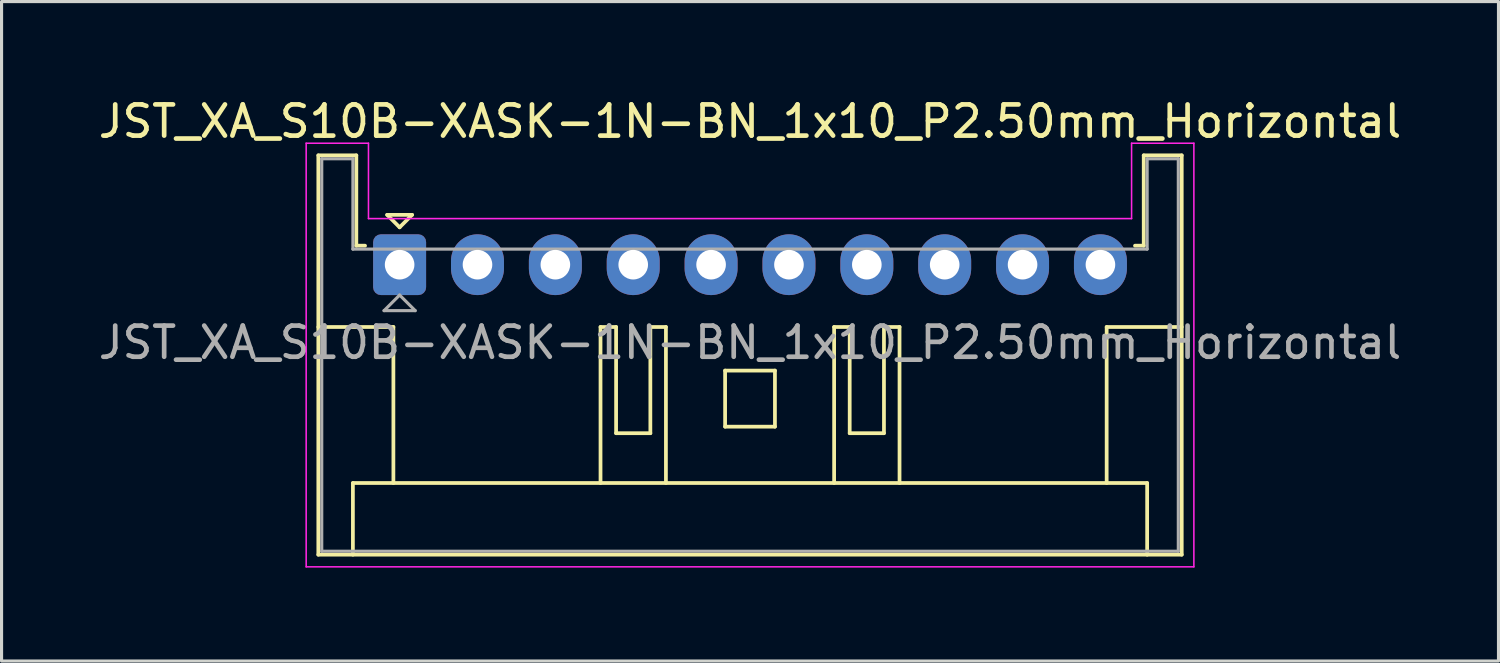
<source format=kicad_pcb>
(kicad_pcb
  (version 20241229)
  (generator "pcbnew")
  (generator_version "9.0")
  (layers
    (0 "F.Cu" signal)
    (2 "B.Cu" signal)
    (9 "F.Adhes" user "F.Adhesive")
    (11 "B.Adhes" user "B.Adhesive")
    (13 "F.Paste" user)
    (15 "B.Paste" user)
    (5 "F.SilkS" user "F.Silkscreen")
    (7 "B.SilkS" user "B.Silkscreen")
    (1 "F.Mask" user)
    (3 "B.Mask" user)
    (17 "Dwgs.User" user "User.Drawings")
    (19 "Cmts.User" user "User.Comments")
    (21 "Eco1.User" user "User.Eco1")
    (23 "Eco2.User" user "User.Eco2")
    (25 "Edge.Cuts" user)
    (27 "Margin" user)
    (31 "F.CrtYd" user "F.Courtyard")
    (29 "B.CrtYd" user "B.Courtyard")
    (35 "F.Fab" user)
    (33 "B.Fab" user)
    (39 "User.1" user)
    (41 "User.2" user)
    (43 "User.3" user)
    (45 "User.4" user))
  (footprint "JST_XA_S10B-XASK-1N-BN_1x10_P2.50mm_Horizontal"
    (layer "F.Cu")
    (at 9.78 5.448)
    (property "Reference" "JST_XA_S10B-XASK-1N-BN_1x10_P2.50mm_Horizontal" (at 11.25 -4.6 0) (layer "F.SilkS") (effects (font (size 1 1) (thickness 0.15))))
    (attr through_hole)
    (fp_line (start -2.61 -3.51) (end -2.61 9.31) (stroke (width 0.12) (type solid)) (layer "F.SilkS"))
    (fp_line (start -2.61 9.31) (end 25.11 9.31) (stroke (width 0.12) (type solid)) (layer "F.SilkS"))
    (fp_line (start -1.5 7.01) (end 24 7.01) (stroke (width 0.12) (type solid)) (layer "F.SilkS"))
    (fp_line (start -1.5 9.31) (end -1.5 7.01) (stroke (width 0.12) (type solid)) (layer "F.SilkS"))
    (fp_line (start -1.39 -3.51) (end -2.61 -3.51) (stroke (width 0.12) (type solid)) (layer "F.SilkS"))
    (fp_line (start -1.39 -0.61) (end -1.39 -3.51) (stroke (width 0.12) (type solid)) (layer "F.SilkS"))
    (fp_line (start -1.11 -0.61) (end -1.39 -0.61) (stroke (width 0.12) (type solid)) (layer "F.SilkS"))
    (fp_line (start -0.4 -1.6) (end 0.4 -1.6) (stroke (width 0.12) (type solid)) (layer "F.SilkS"))
    (fp_line (start -0.2 2) (end -2.61 2) (stroke (width 0.12) (type solid)) (layer "F.SilkS"))
    (fp_line (start -0.2 7.01) (end -0.2 2) (stroke (width 0.12) (type solid)) (layer "F.SilkS"))
    (fp_line (start 0 -1.2) (end -0.4 -1.6) (stroke (width 0.12) (type solid)) (layer "F.SilkS"))
    (fp_line (start 0.4 -1.6) (end 0 -1.2) (stroke (width 0.12) (type solid)) (layer "F.SilkS"))
    (fp_line (start 6.45 2) (end 6.45 7.01) (stroke (width 0.12) (type solid)) (layer "F.SilkS"))
    (fp_line (start 6.95 2) (end 6.45 2) (stroke (width 0.12) (type solid)) (layer "F.SilkS"))
    (fp_line (start 6.95 5.41) (end 6.95 2) (stroke (width 0.12) (type solid)) (layer "F.SilkS"))
    (fp_line (start 8.05 2) (end 8.05 5.41) (stroke (width 0.12) (type solid)) (layer "F.SilkS"))
    (fp_line (start 8.05 5.41) (end 6.95 5.41) (stroke (width 0.12) (type solid)) (layer "F.SilkS"))
    (fp_line (start 8.55 2) (end 8.05 2) (stroke (width 0.12) (type solid)) (layer "F.SilkS"))
    (fp_line (start 8.55 7.01) (end 8.55 2) (stroke (width 0.12) (type solid)) (layer "F.SilkS"))
    (fp_line (start 10.45 3.4) (end 12.05 3.4) (stroke (width 0.12) (type solid)) (layer "F.SilkS"))
    (fp_line (start 10.45 5.2) (end 10.45 3.4) (stroke (width 0.12) (type solid)) (layer "F.SilkS"))
    (fp_line (start 12.05 3.4) (end 12.05 5.2) (stroke (width 0.12) (type solid)) (layer "F.SilkS"))
    (fp_line (start 12.05 5.2) (end 10.45 5.2) (stroke (width 0.12) (type solid)) (layer "F.SilkS"))
    (fp_line (start 13.95 2) (end 14.45 2) (stroke (width 0.12) (type solid)) (layer "F.SilkS"))
    (fp_line (start 13.95 7.01) (end 13.95 2) (stroke (width 0.12) (type solid)) (layer "F.SilkS"))
    (fp_line (start 14.45 2) (end 14.45 5.41) (stroke (width 0.12) (type solid)) (layer "F.SilkS"))
    (fp_line (start 14.45 5.41) (end 15.55 5.41) (stroke (width 0.12) (type solid)) (layer "F.SilkS"))
    (fp_line (start 15.55 2) (end 16.05 2) (stroke (width 0.12) (type solid)) (layer "F.SilkS"))
    (fp_line (start 15.55 5.41) (end 15.55 2) (stroke (width 0.12) (type solid)) (layer "F.SilkS"))
    (fp_line (start 16.05 2) (end 16.05 7.01) (stroke (width 0.12) (type solid)) (layer "F.SilkS"))
    (fp_line (start 22.7 2) (end 25.11 2) (stroke (width 0.12) (type solid)) (layer "F.SilkS"))
    (fp_line (start 22.7 7.01) (end 22.7 2) (stroke (width 0.12) (type solid)) (layer "F.SilkS"))
    (fp_line (start 23.89 -3.51) (end 23.89 -0.61) (stroke (width 0.12) (type solid)) (layer "F.SilkS"))
    (fp_line (start 23.89 -0.61) (end 23.61 -0.61) (stroke (width 0.12) (type solid)) (layer "F.SilkS"))
    (fp_line (start 24 7.01) (end 24 9.31) (stroke (width 0.12) (type solid)) (layer "F.SilkS"))
    (fp_line (start 25.11 -3.51) (end 23.89 -3.51) (stroke (width 0.12) (type solid)) (layer "F.SilkS"))
    (fp_line (start 25.11 9.31) (end 25.11 -3.51) (stroke (width 0.12) (type solid)) (layer "F.SilkS"))
    (fp_line (start -3 -3.9) (end -3 9.7) (stroke (width 0.05) (type solid)) (layer "F.CrtYd"))
    (fp_line (start -3 9.7) (end 25.5 9.7) (stroke (width 0.05) (type solid)) (layer "F.CrtYd"))
    (fp_line (start -1 -3.9) (end -3 -3.9) (stroke (width 0.05) (type solid)) (layer "F.CrtYd"))
    (fp_line (start -1 -1.48) (end -1 -3.9) (stroke (width 0.05) (type solid)) (layer "F.CrtYd"))
    (fp_line (start 23.5 -3.9) (end 23.5 -1.48) (stroke (width 0.05) (type solid)) (layer "F.CrtYd"))
    (fp_line (start 23.5 -1.48) (end -1 -1.48) (stroke (width 0.05) (type solid)) (layer "F.CrtYd"))
    (fp_line (start 25.5 -3.9) (end 23.5 -3.9) (stroke (width 0.05) (type solid)) (layer "F.CrtYd"))
    (fp_line (start 25.5 9.7) (end 25.5 -3.9) (stroke (width 0.05) (type solid)) (layer "F.CrtYd"))
    (fp_line (start -2.5 -3.4) (end -2.5 9.2) (stroke (width 0.1) (type solid)) (layer "F.Fab"))
    (fp_line (start -2.5 9.2) (end 25 9.2) (stroke (width 0.1) (type solid)) (layer "F.Fab"))
    (fp_line (start -1.5 -3.4) (end -2.5 -3.4) (stroke (width 0.1) (type solid)) (layer "F.Fab"))
    (fp_line (start -1.5 -0.5) (end -1.5 -3.4) (stroke (width 0.1) (type solid)) (layer "F.Fab"))
    (fp_line (start -0.5 1.475) (end 0.5 1.475) (stroke (width 0.1) (type solid)) (layer "F.Fab"))
    (fp_line (start 0 0.975) (end -0.5 1.475) (stroke (width 0.1) (type solid)) (layer "F.Fab"))
    (fp_line (start 0.5 1.475) (end 0 0.975) (stroke (width 0.1) (type solid)) (layer "F.Fab"))
    (fp_line (start 24 -3.4) (end 24 -0.5) (stroke (width 0.1) (type solid)) (layer "F.Fab"))
    (fp_line (start 24 -0.5) (end -1.5 -0.5) (stroke (width 0.1) (type solid)) (layer "F.Fab"))
    (fp_line (start 25 -3.4) (end 24 -3.4) (stroke (width 0.1) (type solid)) (layer "F.Fab"))
    (fp_line (start 25 9.2) (end 25 -3.4) (stroke (width 0.1) (type solid)) (layer "F.Fab"))
    (fp_text user "${REFERENCE}" (at 11.25 2.5 0) (layer "F.Fab") (effects (font (size 1 1) (thickness 0.15))))
    (pad "1" thru_hole roundrect (at 0 0) (size 1.7 1.95) (drill 0.95) (layers "*.Cu" "*.Mask") (roundrect_rratio 0.147))
    (pad "2" thru_hole oval (at 2.5 0) (size 1.7 1.95) (drill 0.95) (layers "*.Cu" "*.Mask"))
    (pad "3" thru_hole oval (at 5 0) (size 1.7 1.95) (drill 0.95) (layers "*.Cu" "*.Mask"))
    (pad "4" thru_hole oval (at 7.5 0) (size 1.7 1.95) (drill 0.95) (layers "*.Cu" "*.Mask"))
    (pad "5" thru_hole oval (at 10 0) (size 1.7 1.95) (drill 0.95) (layers "*.Cu" "*.Mask"))
    (pad "6" thru_hole oval (at 12.5 0) (size 1.7 1.95) (drill 0.95) (layers "*.Cu" "*.Mask"))
    (pad "7" thru_hole oval (at 15 0) (size 1.7 1.95) (drill 0.95) (layers "*.Cu" "*.Mask"))
    (pad "8" thru_hole oval (at 17.5 0) (size 1.7 1.95) (drill 0.95) (layers "*.Cu" "*.Mask"))
    (pad "9" thru_hole oval (at 20 0) (size 1.7 1.95) (drill 0.95) (layers "*.Cu" "*.Mask"))
    (pad "10" thru_hole oval (at 22.5 0) (size 1.7 1.95) (drill 0.95) (layers "*.Cu" "*.Mask")))
  (gr_rect
    (start -3 -3)
    (end 45.06 18.173)
    (stroke (width 0.1) (type default))
    (fill no)
    (layer "Edge.Cuts")))
</source>
